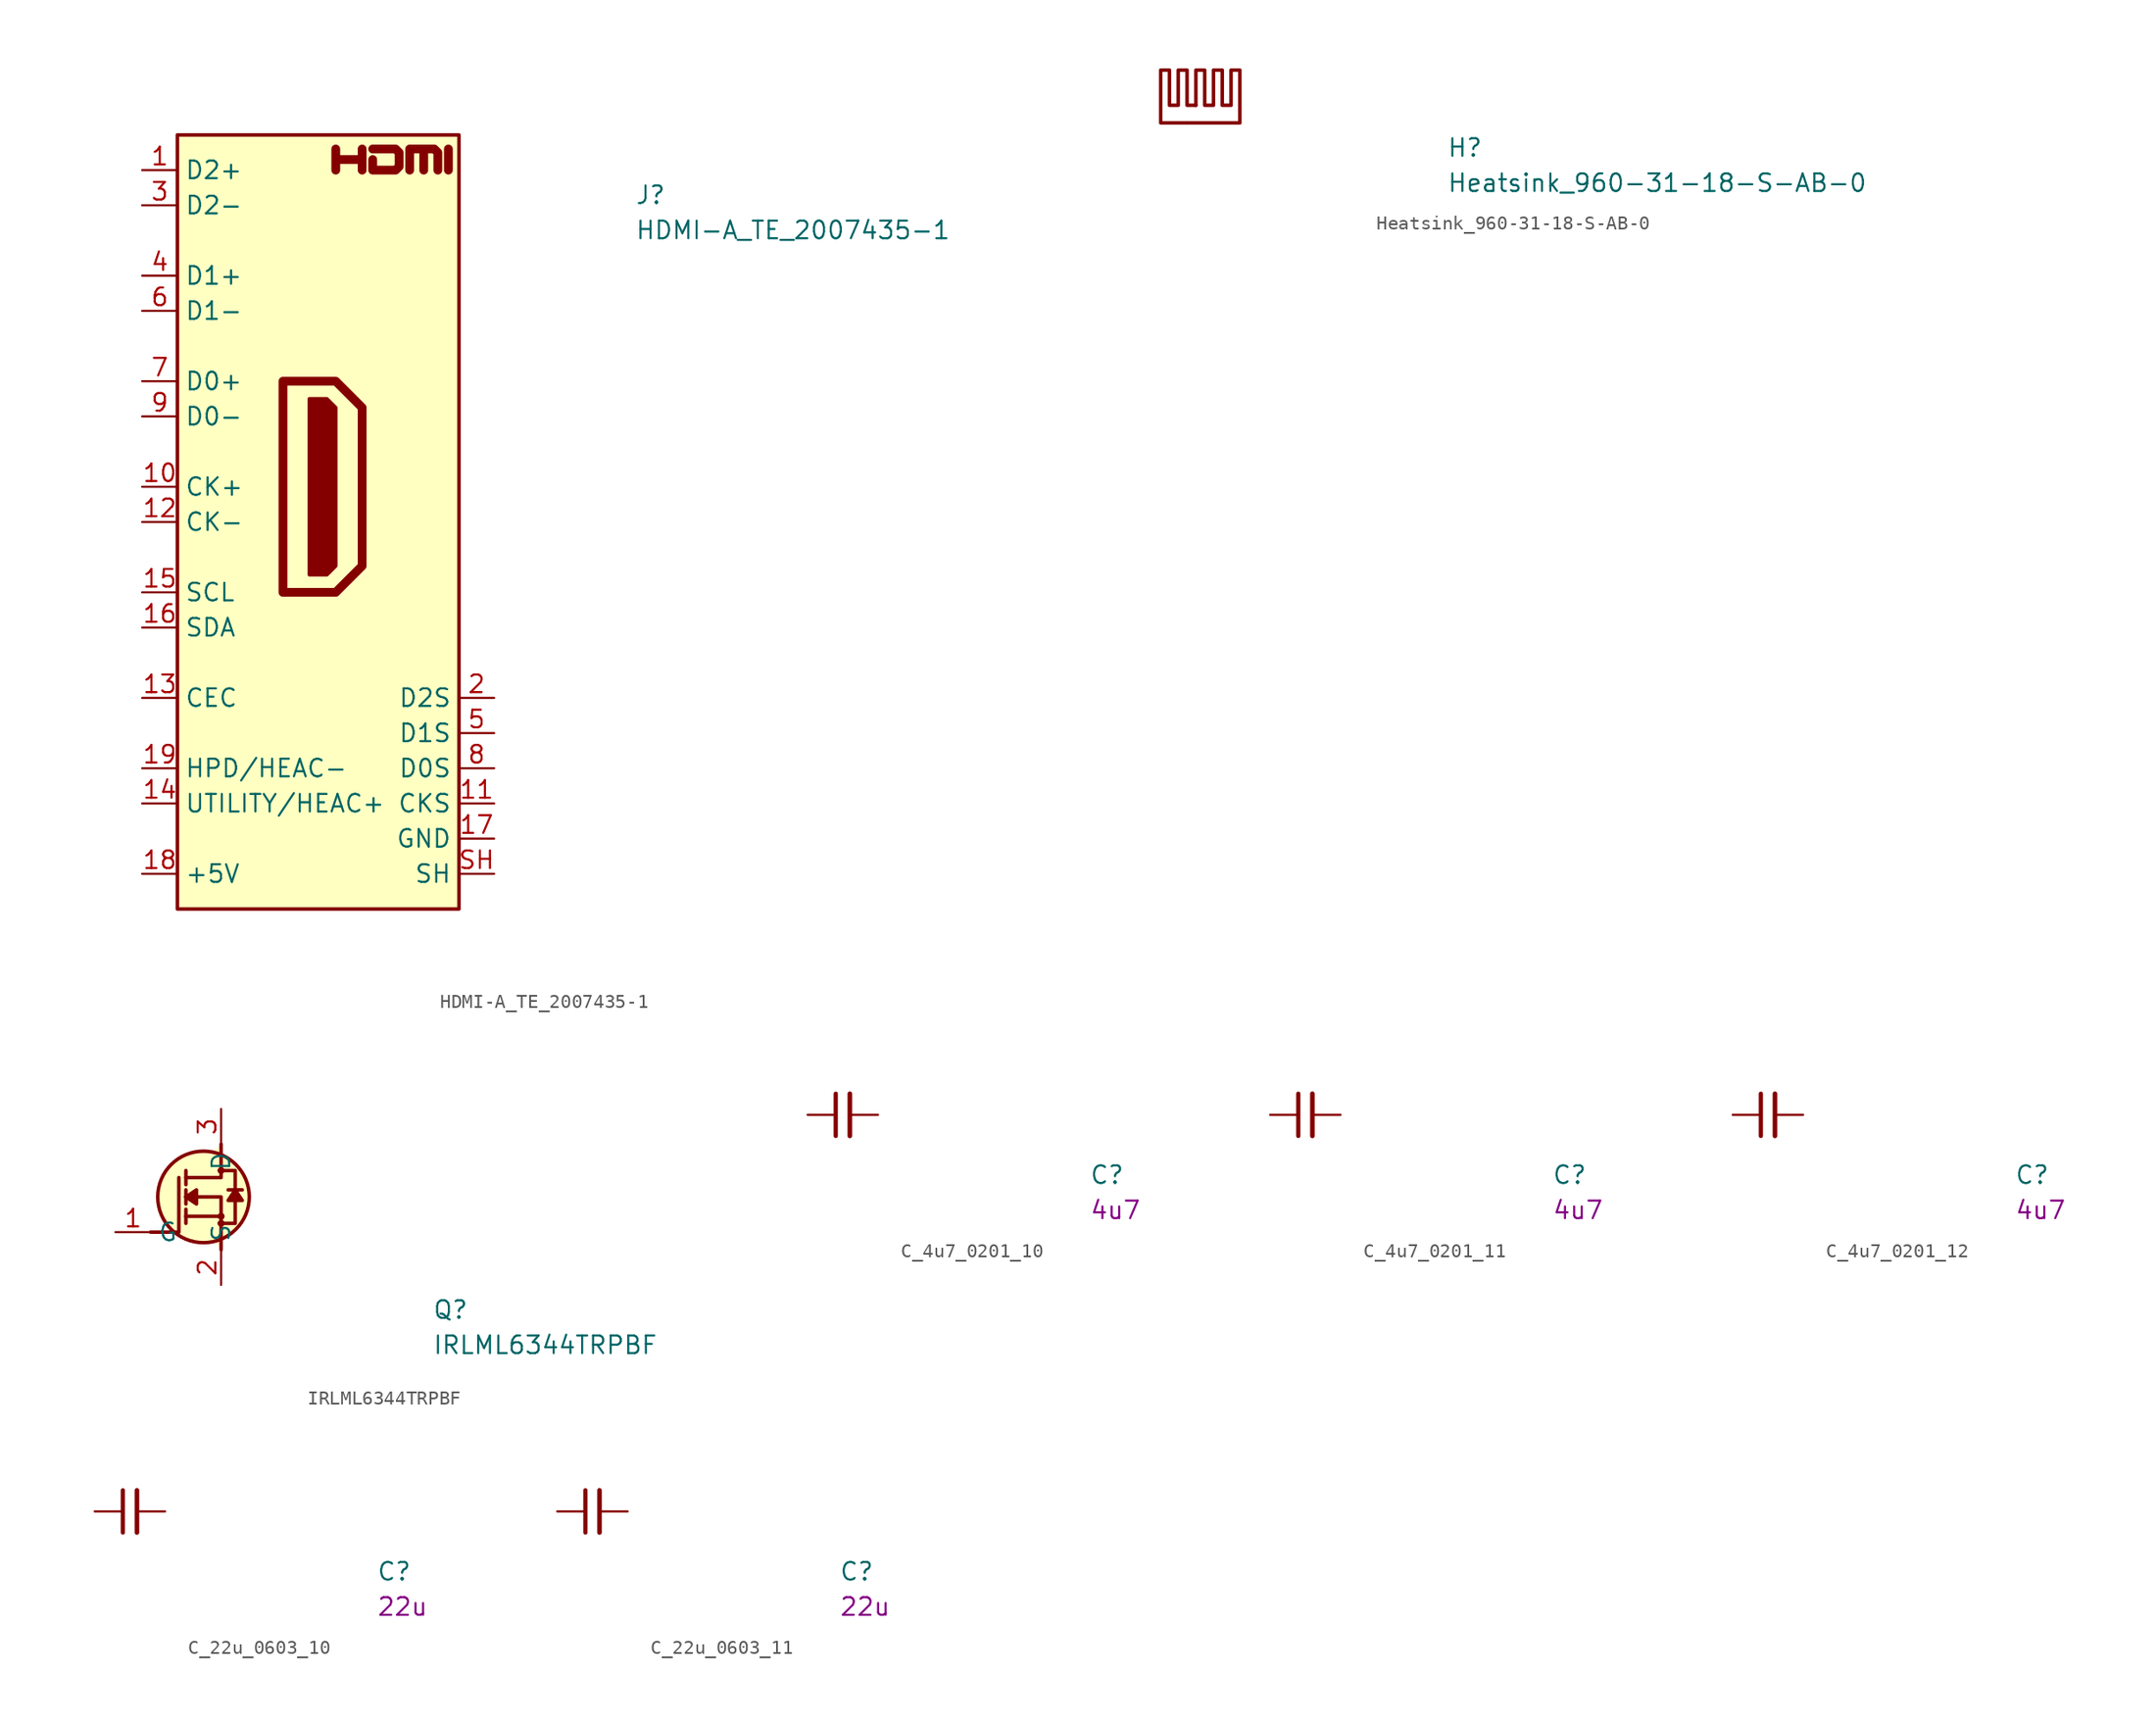
<source format=kicad_sym>
(kicad_symbol_lib
  (version 20211014)
  (generator kicad_symbol_editor)
  (symbol "HDMI-A_TE_2007435-1"
    (property "Reference" "J"
      (at 35.56 -2.54 0)
      (effects (font (size 1.27 1.27) (thickness 0.15)) (justify left bottom)))
    (property "Value" "HDMI-A_TE_2007435-1"
      (at 35.56 -5.08 0)
      (effects (font (size 1.27 1.27) (thickness 0.15)) (justify left bottom)))
    (symbol "HDMI-A_TE_2007435-1_0_0"
      (polyline (pts (xy 22.098 0) (xy 22.098 1.524)) (stroke (width 0.635) (type default)) (fill (type none)))
      (polyline (pts (xy 13.97 0) (xy 13.97 1.524) (xy 13.97 0.762) (xy 15.875 0.762) (xy 15.875 1.524) (xy 15.875 0)) (stroke (width 0.635) (type default)) (fill (type none)))
      (polyline (pts (xy 16.637 1.524) (xy 18.288 1.524) (xy 18.542 1.27) (xy 18.542 0.254) (xy 18.288 0) (xy 16.637 0) (xy 16.637 0.762)) (stroke (width 0.635) (type default)) (fill (type none))))
    (symbol "HDMI-A_TE_2007435-1_0_1"
      (polyline (pts (xy 10.16 -15.24) (xy 13.97 -15.24) (xy 15.875 -17.145) (xy 15.875 -28.575) (xy 13.97 -30.48) (xy 10.16 -30.48) (xy 10.16 -15.24)) (stroke (width 0.635) (type default)) (fill (type none)))
      (polyline (pts (xy 12.065 -16.51) (xy 13.335 -16.51) (xy 13.97 -17.145) (xy 13.97 -28.575) (xy 13.335 -29.21) (xy 12.065 -29.21) (xy 12.065 -16.51)) (stroke (width 0.254) (type default)) (fill (type outline)))
      (polyline (pts (xy 19.304 0) (xy 19.304 1.524) (xy 20.32 1.524) (xy 20.32 0) (xy 20.32 1.524) (xy 21.082 1.524) (xy 21.336 1.27) (xy 21.336 0)) (stroke (width 0.635) (type default)) (fill (type none))))
    (symbol "HDMI-A_TE_2007435-1_1_1"
      (rectangle (start 2.54 2.54) (end 22.86 -53.34) (stroke (width 0.254) (type default)) (fill (type background)))
      (pin bidirectional line (at 0 0 0) (length 2.54) (name "D2+" (effects (font (size 1.27 1.27)))) (number "1" (effects (font (size 1.27 1.27)))))
      (pin bidirectional line (at 0 -22.86 0) (length 2.54) (name "CK+" (effects (font (size 1.27 1.27)))) (number "10" (effects (font (size 1.27 1.27)))))
      (pin passive line (at 25.4 -45.72 180) (length 2.54) (name "CKS" (effects (font (size 1.27 1.27)))) (number "11" (effects (font (size 1.27 1.27)))))
      (pin bidirectional line (at 0 -25.4 0) (length 2.54) (name "CK-" (effects (font (size 1.27 1.27)))) (number "12" (effects (font (size 1.27 1.27)))))
      (pin bidirectional line (at 0 -38.1 0) (length 2.54) (name "CEC" (effects (font (size 1.27 1.27)))) (number "13" (effects (font (size 1.27 1.27)))))
      (pin bidirectional line (at 0 -45.72 0) (length 2.54) (name "UTILITY/HEAC+" (effects (font (size 1.27 1.27)))) (number "14" (effects (font (size 1.27 1.27)))) (alternate "HEAC+" passive line) (alternate "UTILITY" passive line))
      (pin bidirectional line (at 0 -30.48 0) (length 2.54) (name "SCL" (effects (font (size 1.27 1.27)))) (number "15" (effects (font (size 1.27 1.27)))))
      (pin bidirectional line (at 0 -33.02 0) (length 2.54) (name "SDA" (effects (font (size 1.27 1.27)))) (number "16" (effects (font (size 1.27 1.27)))))
      (pin power_in line (at 25.4 -48.26 180) (length 2.54) (name "GND" (effects (font (size 1.27 1.27)))) (number "17" (effects (font (size 1.27 1.27)))))
      (pin power_in line (at 0 -50.8 0) (length 2.54) (name "+5V" (effects (font (size 1.27 1.27)))) (number "18" (effects (font (size 1.27 1.27)))))
      (pin bidirectional line (at 0 -43.18 0) (length 2.54) (name "HPD/HEAC-" (effects (font (size 1.27 1.27)))) (number "19" (effects (font (size 1.27 1.27)))) (alternate "HEAC-" passive line) (alternate "HPD" passive line))
      (pin passive line (at 25.4 -38.1 180) (length 2.54) (name "D2S" (effects (font (size 1.27 1.27)))) (number "2" (effects (font (size 1.27 1.27)))))
      (pin bidirectional line (at 0 -2.54 0) (length 2.54) (name "D2-" (effects (font (size 1.27 1.27)))) (number "3" (effects (font (size 1.27 1.27)))))
      (pin bidirectional line (at 0 -7.62 0) (length 2.54) (name "D1+" (effects (font (size 1.27 1.27)))) (number "4" (effects (font (size 1.27 1.27)))))
      (pin passive line (at 25.4 -40.64 180) (length 2.54) (name "D1S" (effects (font (size 1.27 1.27)))) (number "5" (effects (font (size 1.27 1.27)))))
      (pin bidirectional line (at 0 -10.16 0) (length 2.54) (name "D1-" (effects (font (size 1.27 1.27)))) (number "6" (effects (font (size 1.27 1.27)))))
      (pin bidirectional line (at 0 -15.24 0) (length 2.54) (name "D0+" (effects (font (size 1.27 1.27)))) (number "7" (effects (font (size 1.27 1.27)))))
      (pin passive line (at 25.4 -43.18 180) (length 2.54) (name "D0S" (effects (font (size 1.27 1.27)))) (number "8" (effects (font (size 1.27 1.27)))))
      (pin bidirectional line (at 0 -17.78 0) (length 2.54) (name "D0-" (effects (font (size 1.27 1.27)))) (number "9" (effects (font (size 1.27 1.27)))))
      (pin passive line (at 25.4 -50.8 180) (length 2.54) (name "SH" (effects (font (size 1.27 1.27)))) (number "SH" (effects (font (size 1.27 1.27)))))))
  (symbol "Heatsink_960-31-18-S-AB-0"
    (pin_names hide)
    (property "Reference" "H"
      (at 17.78 -2.54 0)
      (effects (font (size 1.27 1.27) (thickness 0.15)) (justify left bottom)))
    (property "Value" "Heatsink_960-31-18-S-AB-0"
      (at 17.78 -5.08 0)
      (effects (font (size 1.27 1.27) (thickness 0.15)) (justify left bottom)))
    (symbol "Heatsink_960-31-18-S-AB-0_1_1"
      (polyline (pts (xy -0.33 1.27) (xy -0.965 1.27) (xy -0.965 3.81) (xy -1.6 3.81) (xy -1.6 1.27) (xy -2.235 1.27) (xy -2.235 3.81) (xy -2.87 3.81) (xy -2.87 0) (xy -0.965 0)) (stroke (width 0.254) (type default) (color 0 0 0 0)) (fill (type none)))
      (polyline (pts (xy -0.33 1.27) (xy -0.33 3.81) (xy 0.305 3.81) (xy 0.305 1.27) (xy 0.94 1.27) (xy 0.94 3.81) (xy 1.575 3.81) (xy 1.575 1.27) (xy 2.21 1.27) (xy 2.21 3.81) (xy 2.845 3.81) (xy 2.845 0) (xy -0.965 0)) (stroke (width 0.254) (type default) (color 0 0 0 0)) (fill (type none)))))
  (symbol "IRLML6344TRPBF"
    (property "Reference" "Q"
      (at 22.86 -6.35 0)
      (effects (font (size 1.27 1.27) (thickness 0.15)) (justify left bottom)))
    (property "Value" "IRLML6344TRPBF"
      (at 22.86 -8.89 0)
      (effects (font (size 1.27 1.27) (thickness 0.15)) (justify left bottom)))
    (symbol "IRLML6344TRPBF_1_1"
      (polyline (pts (xy 5.08 1.143) (xy 5.08 0.635)) (stroke (width 0.254) (type default) (color 0 0 0 0)) (fill (type background)))
      (polyline (pts (xy 5.08 1.143) (xy 5.08 1.651)) (stroke (width 0.254) (type default) (color 0 0 0 0)) (fill (type background)))
      (polyline (pts (xy 5.08 2.54) (xy 5.08 2.032)) (stroke (width 0.254) (type default) (color 0 0 0 0)) (fill (type background)))
      (polyline (pts (xy 5.08 2.54) (xy 5.08 3.048)) (stroke (width 0.254) (type default) (color 0 0 0 0)) (fill (type background)))
      (polyline (pts (xy 5.08 4.445) (xy 5.08 3.429)) (stroke (width 0.254) (type default) (color 0 0 0 0)) (fill (type background)))
      (polyline (pts (xy 7.62 1.143) (xy 5.08 1.143)) (stroke (width 0.254) (type default) (color 0 0 0 0)) (fill (type background)))
      (polyline (pts (xy 9.144 3.048) (xy 8.128 3.048)) (stroke (width 0.254) (type default) (color 0 0 0 0)) (fill (type background)))
      (polyline (pts (xy 2.54 0) (xy 4.572 0) (xy 4.572 3.937)) (stroke (width 0.254) (type default) (color 0 0 0 0)) (fill (type none)))
      (polyline (pts (xy 7.62 -1.27) (xy 7.62 2.54) (xy 5.08 2.54)) (stroke (width 0.254) (type default) (color 0 0 0 0)) (fill (type background)))
      (polyline (pts (xy 7.62 6.35) (xy 7.62 3.937) (xy 5.08 3.937)) (stroke (width 0.254) (type default) (color 0 0 0 0)) (fill (type background)))
      (polyline (pts (xy 5.08 2.54) (xy 5.842 3.048) (xy 5.842 2.032) (xy 5.08 2.54)) (stroke (width 0.254) (type default) (color 0 0 0 0)) (fill (type outline)))
      (polyline (pts (xy 8.636 3.048) (xy 8.128 2.286) (xy 9.144 2.286) (xy 8.636 3.048)) (stroke (width 0.254) (type default) (color 0 0 0 0)) (fill (type outline)))
      (polyline (pts (xy 7.493 0.635) (xy 8.636 0.635) (xy 8.636 3.937) (xy 8.636 4.445) (xy 7.493 4.445)) (stroke (width 0.254) (type default) (color 0 0 0 0)) (fill (type background)))
      (circle (center 6.35 2.54) (radius 3.302) (stroke (width 0.254) (type default) (color 0 0 0 0)) (fill (type background)))
      (circle (center 7.62 0.635) (radius 0.127) (stroke (width 0.254) (type default) (color 0 0 0 0)) (fill (type background)))
      (circle (center 7.62 1.143) (radius 0.127) (stroke (width 0.254) (type default) (color 0 0 0 0)) (fill (type background)))
      (circle (center 7.62 4.445) (radius 0.127) (stroke (width 0.254) (type default) (color 0 0 0 0)) (fill (type background)))
      (pin bidirectional line (at 0 0 0) (length 2.54) (name "G" (effects (font (size 1.27 1.27)))) (number "1" (effects (font (size 1.27 1.27)))))
      (pin bidirectional line (at 7.62 -3.81 90) (length 2.54) (name "S" (effects (font (size 1.27 1.27)))) (number "2" (effects (font (size 1.27 1.27)))))
      (pin bidirectional line (at 7.62 8.89 270) (length 2.54) (name "D" (effects (font (size 1.27 1.27)))) (number "3" (effects (font (size 1.27 1.27)))))))
  (symbol "K410T-devboard:C_4u7_0201_10"
    (pin_numbers hide)
    (pin_names hide)
    (property "Reference" "C"
      (at 20.32 -5.08 0)
      (effects (font (size 1.27 1.27) (thickness 0.15)) (justify left bottom)))
    (property "Val" "4u7"
      (at 20.32 -7.62 0)
      (effects (font (size 1.27 1.27) (thickness 0.15)) (justify left bottom)))
    (symbol "C_4u7_0201_10_0_1"
      (polyline (pts (xy 2.032 -1.524) (xy 2.032 1.524)) (stroke (width 0.305) (type default)) (fill (type none)))
      (polyline (pts (xy 3.048 -1.524) (xy 3.048 1.524)) (stroke (width 0.33) (type default)) (fill (type none))))
    (symbol "C_4u7_0201_10_1_1"
      (pin passive line (at 0 0 0) (length 2.032) (name "~" (effects (font (size 1.27 1.27)))) (number "1" (effects (font (size 1.27 1.27)))))
      (pin passive line (at 5.08 0 180) (length 2.032) (name "~" (effects (font (size 1.27 1.27)))) (number "2" (effects (font (size 1.27 1.27)))))))
  (symbol "K410T-devboard:C_4u7_0201_11"
    (pin_numbers hide)
    (pin_names hide)
    (property "Reference" "C"
      (at 20.32 -5.08 0)
      (effects (font (size 1.27 1.27) (thickness 0.15)) (justify left bottom)))
    (property "Val" "4u7"
      (at 20.32 -7.62 0)
      (effects (font (size 1.27 1.27) (thickness 0.15)) (justify left bottom)))
    (symbol "C_4u7_0201_11_0_1"
      (polyline (pts (xy 2.032 -1.524) (xy 2.032 1.524)) (stroke (width 0.305) (type default)) (fill (type none)))
      (polyline (pts (xy 3.048 -1.524) (xy 3.048 1.524)) (stroke (width 0.33) (type default)) (fill (type none))))
    (symbol "C_4u7_0201_11_1_1"
      (pin passive line (at 0 0 0) (length 2.032) (name "~" (effects (font (size 1.27 1.27)))) (number "1" (effects (font (size 1.27 1.27)))))
      (pin passive line (at 5.08 0 180) (length 2.032) (name "~" (effects (font (size 1.27 1.27)))) (number "2" (effects (font (size 1.27 1.27)))))))
  (symbol "K410T-devboard:C_4u7_0201_12"
    (pin_numbers hide)
    (pin_names hide)
    (property "Reference" "C"
      (at 20.32 -5.08 0)
      (effects (font (size 1.27 1.27) (thickness 0.15)) (justify left bottom)))
    (property "Val" "4u7"
      (at 20.32 -7.62 0)
      (effects (font (size 1.27 1.27) (thickness 0.15)) (justify left bottom)))
    (symbol "C_4u7_0201_12_0_1"
      (polyline (pts (xy 2.032 -1.524) (xy 2.032 1.524)) (stroke (width 0.305) (type default)) (fill (type none)))
      (polyline (pts (xy 3.048 -1.524) (xy 3.048 1.524)) (stroke (width 0.33) (type default)) (fill (type none))))
    (symbol "C_4u7_0201_12_1_1"
      (pin passive line (at 0 0 0) (length 2.032) (name "~" (effects (font (size 1.27 1.27)))) (number "1" (effects (font (size 1.27 1.27)))))
      (pin passive line (at 5.08 0 180) (length 2.032) (name "~" (effects (font (size 1.27 1.27)))) (number "2" (effects (font (size 1.27 1.27)))))))
  (symbol "K410T-devboard:C_22u_0603_10"
    (pin_numbers hide)
    (pin_names hide)
    (property "Reference" "C"
      (at 20.32 -5.08 0)
      (effects (font (size 1.27 1.27) (thickness 0.15)) (justify left bottom)))
    (property "Val" "22u"
      (at 20.32 -7.62 0)
      (effects (font (size 1.27 1.27) (thickness 0.15)) (justify left bottom)))
    (symbol "C_22u_0603_10_0_1"
      (polyline (pts (xy 2.032 -1.524) (xy 2.032 1.524)) (stroke (width 0.305) (type default)) (fill (type none)))
      (polyline (pts (xy 3.048 -1.524) (xy 3.048 1.524)) (stroke (width 0.33) (type default)) (fill (type none))))
    (symbol "C_22u_0603_10_1_1"
      (pin passive line (at 0 0 0) (length 2.032) (name "~" (effects (font (size 1.27 1.27)))) (number "1" (effects (font (size 1.27 1.27)))))
      (pin passive line (at 5.08 0 180) (length 2.032) (name "~" (effects (font (size 1.27 1.27)))) (number "2" (effects (font (size 1.27 1.27)))))))
  (symbol "K410T-devboard:C_22u_0603_11"
    (pin_numbers hide)
    (pin_names hide)
    (property "Reference" "C"
      (at 20.32 -5.08 0)
      (effects (font (size 1.27 1.27) (thickness 0.15)) (justify left bottom)))
    (property "Val" "22u"
      (at 20.32 -7.62 0)
      (effects (font (size 1.27 1.27) (thickness 0.15)) (justify left bottom)))
    (symbol "C_22u_0603_11_0_1"
      (polyline (pts (xy 2.032 -1.524) (xy 2.032 1.524)) (stroke (width 0.305) (type default)) (fill (type none)))
      (polyline (pts (xy 3.048 -1.524) (xy 3.048 1.524)) (stroke (width 0.33) (type default)) (fill (type none))))
    (symbol "C_22u_0603_11_1_1"
      (pin passive line (at 0 0 0) (length 2.032) (name "~" (effects (font (size 1.27 1.27)))) (number "1" (effects (font (size 1.27 1.27)))))
      (pin passive line (at 5.08 0 180) (length 2.032) (name "~" (effects (font (size 1.27 1.27)))) (number "2" (effects (font (size 1.27 1.27))))))))
</source>
